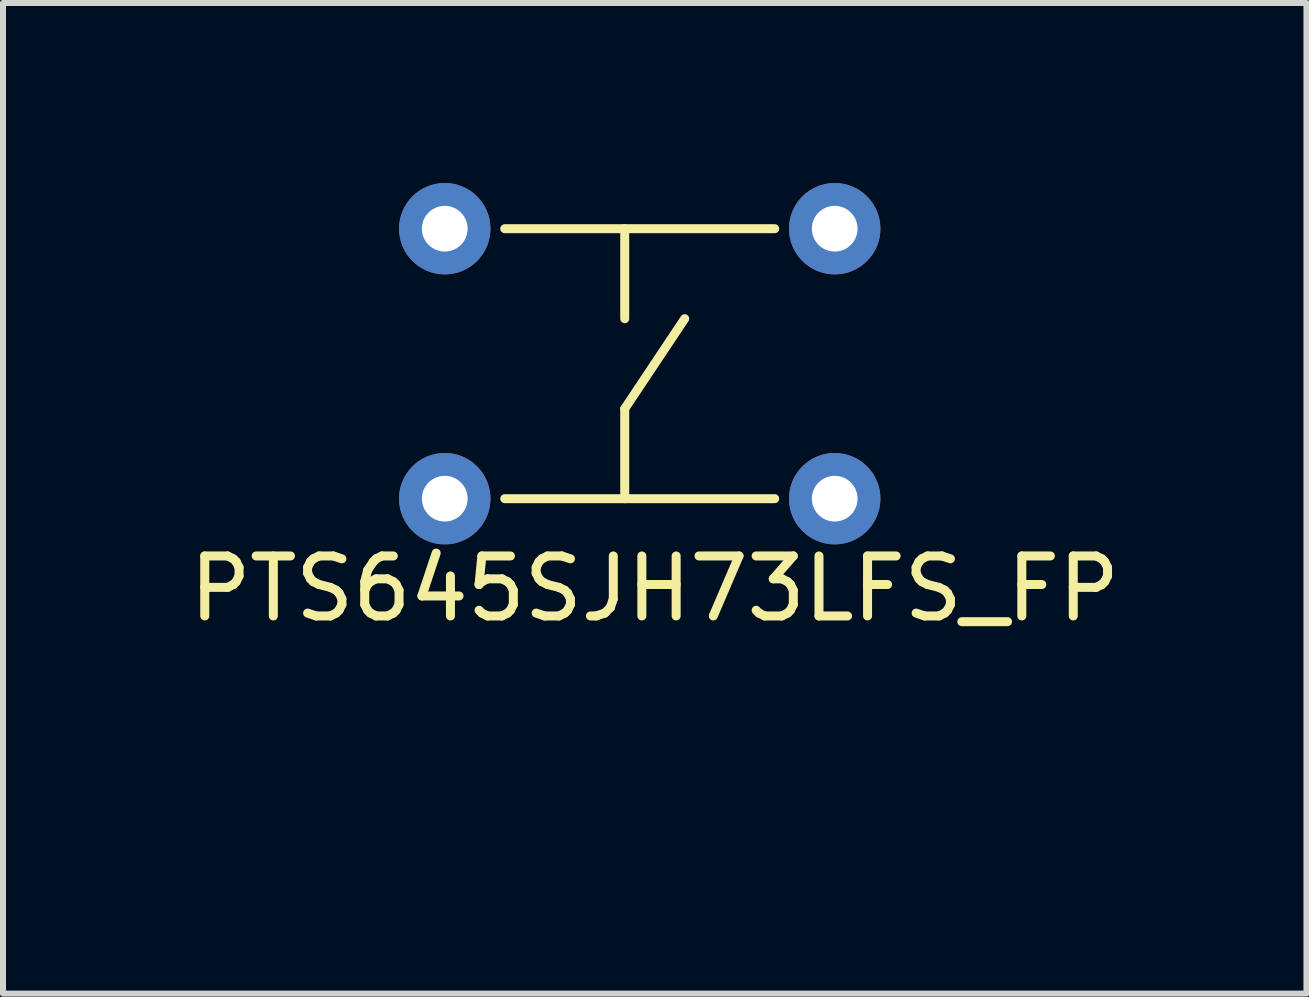
<source format=kicad_pcb>
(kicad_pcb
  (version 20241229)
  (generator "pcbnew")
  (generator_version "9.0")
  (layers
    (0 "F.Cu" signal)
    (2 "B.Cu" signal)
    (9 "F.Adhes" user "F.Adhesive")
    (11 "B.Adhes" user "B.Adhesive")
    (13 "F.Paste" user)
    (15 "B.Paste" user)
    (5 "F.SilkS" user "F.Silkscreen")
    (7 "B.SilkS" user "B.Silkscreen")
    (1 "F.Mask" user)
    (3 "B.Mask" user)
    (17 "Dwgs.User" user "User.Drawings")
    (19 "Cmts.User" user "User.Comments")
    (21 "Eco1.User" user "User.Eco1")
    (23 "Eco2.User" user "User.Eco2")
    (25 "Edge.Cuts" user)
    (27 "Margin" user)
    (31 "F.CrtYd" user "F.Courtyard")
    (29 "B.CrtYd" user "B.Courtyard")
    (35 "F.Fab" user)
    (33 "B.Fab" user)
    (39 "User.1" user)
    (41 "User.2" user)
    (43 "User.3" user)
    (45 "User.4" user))
  (footprint "PTS645SJH73LFS_FP"
    (layer "F.Cu")
    (at 7.863 10.262)
    (property "Reference" "PTS645SJH73LFS_FP" (at 0 -3.5 0) (layer "F.SilkS") (effects (font (size 1 1) (thickness 0.15))))
    (attr through_hole)
    (fp_line (start -2.5 -9.5) (end 2 -9.5) (stroke (width 0.15) (type solid)) (layer "F.SilkS"))
    (fp_line (start -2.5 -5) (end 2 -5) (stroke (width 0.15) (type solid)) (layer "F.SilkS"))
    (fp_line (start -0.5 -9.5) (end -0.5 -8) (stroke (width 0.15) (type solid)) (layer "F.SilkS"))
    (fp_line (start -0.5 -6.5) (end 0.5 -8) (stroke (width 0.15) (type solid)) (layer "F.SilkS"))
    (fp_line (start -0.5 -5) (end -0.5 -6.5) (stroke (width 0.15) (type solid)) (layer "F.SilkS"))
    (pad "1" thru_hole circle (at -3.5 -9.5) (size 1.524 1.524) (drill 0.762) (layers "*.Cu" "*.Mask"))
    (pad "2" thru_hole circle (at 3 -9.5) (size 1.524 1.524) (drill 0.762) (layers "*.Cu" "*.Mask"))
    (pad "3" thru_hole circle (at -3.5 -5) (size 1.524 1.524) (drill 0.762) (layers "*.Cu" "*.Mask"))
    (pad "4" thru_hole circle (at 3 -5) (size 1.524 1.524) (drill 0.762) (layers "*.Cu" "*.Mask")))
  (gr_rect
    (start -3 -3)
    (end 18.726 13.512)
    (stroke (width 0.1) (type default))
    (fill no)
    (layer "Edge.Cuts")))
</source>
